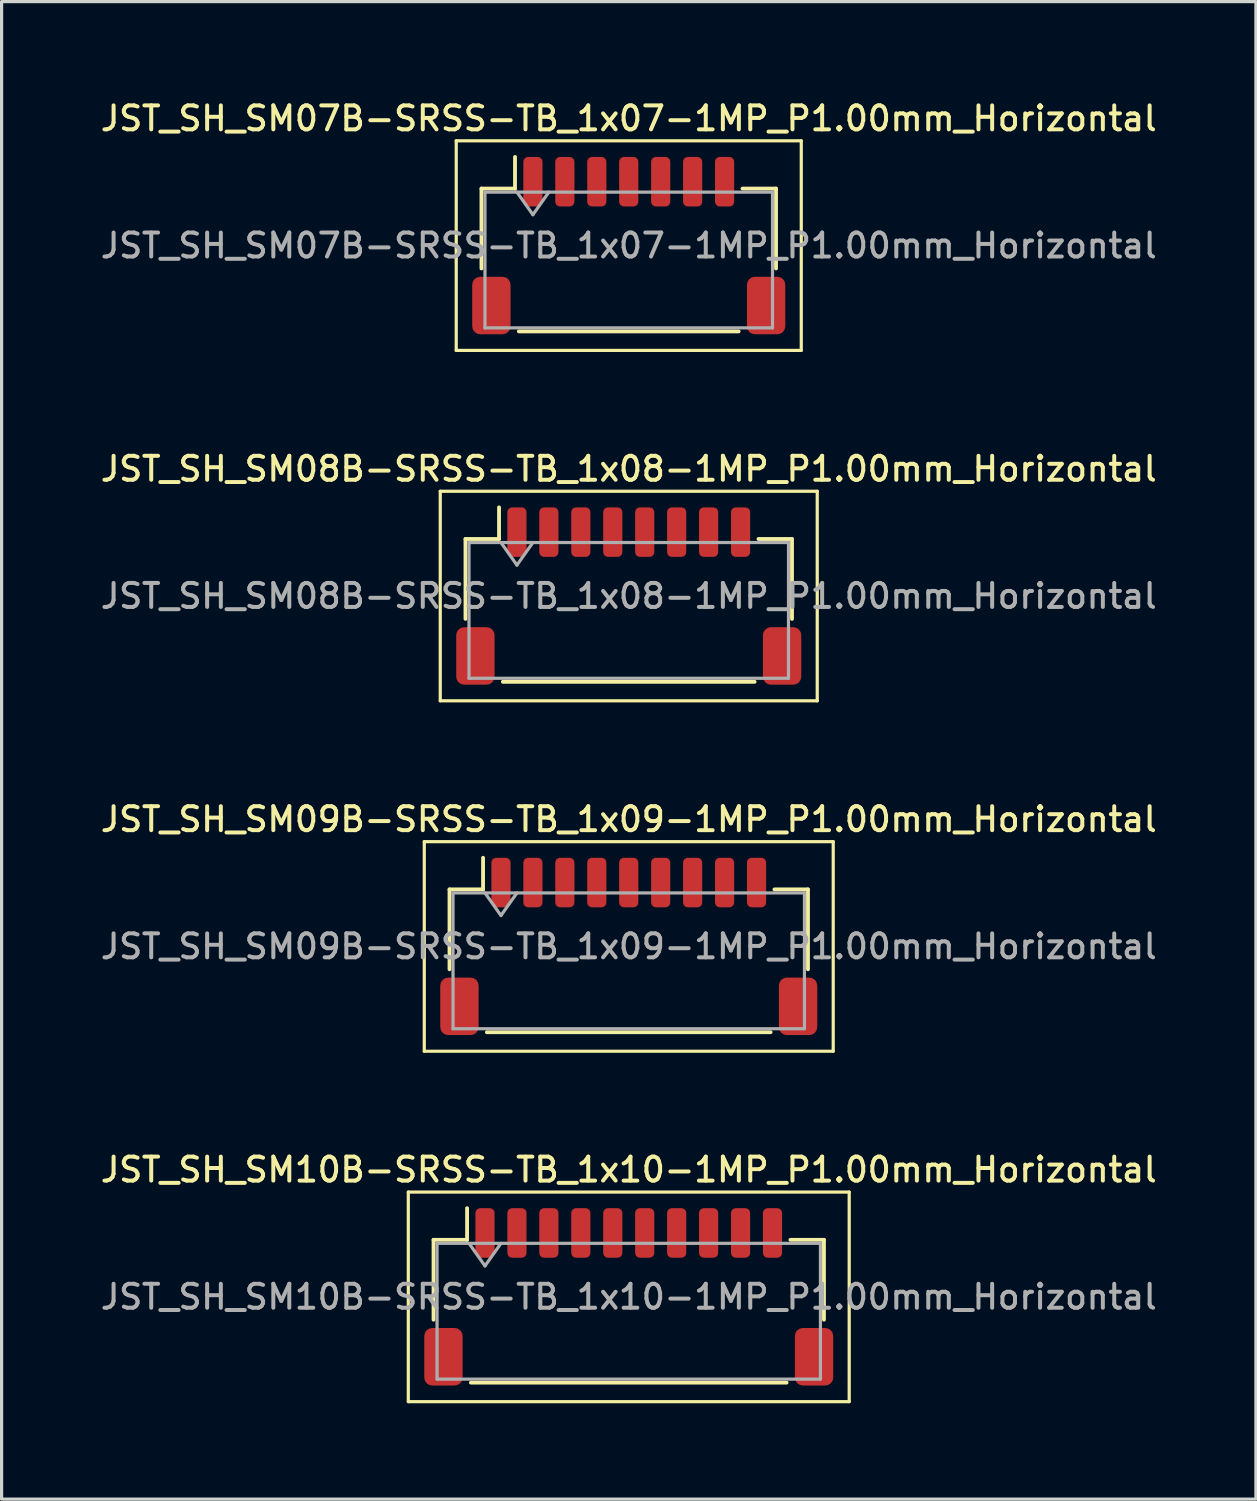
<source format=kicad_pcb>
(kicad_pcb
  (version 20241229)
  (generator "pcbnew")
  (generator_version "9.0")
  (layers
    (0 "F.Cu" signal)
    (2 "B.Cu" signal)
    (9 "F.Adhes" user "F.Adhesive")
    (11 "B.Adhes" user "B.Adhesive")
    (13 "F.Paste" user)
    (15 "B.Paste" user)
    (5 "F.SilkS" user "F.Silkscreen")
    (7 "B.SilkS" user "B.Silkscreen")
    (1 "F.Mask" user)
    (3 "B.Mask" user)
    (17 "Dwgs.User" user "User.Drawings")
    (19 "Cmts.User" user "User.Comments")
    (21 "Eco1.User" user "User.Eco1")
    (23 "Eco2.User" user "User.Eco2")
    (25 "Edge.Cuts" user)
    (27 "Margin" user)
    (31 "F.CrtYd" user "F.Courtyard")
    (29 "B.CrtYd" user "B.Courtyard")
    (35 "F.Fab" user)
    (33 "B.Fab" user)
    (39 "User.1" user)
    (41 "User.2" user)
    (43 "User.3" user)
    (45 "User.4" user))
  (footprint "JST_SH_SM08B-SRSS-TB_1x08-1MP_P1.00mm_Horizontal"
    (layer "F.Cu")
    (at 16.63 15.606)
    (property "Reference" "JST_SH_SM08B-SRSS-TB_1x08-1MP_P1.00mm_Horizontal" (at 0 -3.98 0) (layer "F.SilkS") (effects (font (size 0.75 0.75) (thickness 0.125))))
    (attr smd)
    (fp_line (start -5.9 -3.28) (end -5.9 3.28) (stroke (width 0.1) (type solid)) (layer "F.SilkS"))
    (fp_line (start -5.9 3.28) (end 5.9 3.28) (stroke (width 0.1) (type solid)) (layer "F.SilkS"))
    (fp_line (start -5.11 -1.785) (end -4.06 -1.785) (stroke (width 0.12) (type solid)) (layer "F.SilkS"))
    (fp_line (start -5.11 0.715) (end -5.11 -1.785) (stroke (width 0.12) (type solid)) (layer "F.SilkS"))
    (fp_line (start -4.06 -1.785) (end -4.06 -2.775) (stroke (width 0.12) (type solid)) (layer "F.SilkS"))
    (fp_line (start -3.94 2.685) (end 3.94 2.685) (stroke (width 0.12) (type solid)) (layer "F.SilkS"))
    (fp_line (start 5.11 -1.785) (end 4.06 -1.785) (stroke (width 0.12) (type solid)) (layer "F.SilkS"))
    (fp_line (start 5.11 0.715) (end 5.11 -1.785) (stroke (width 0.12) (type solid)) (layer "F.SilkS"))
    (fp_line (start 5.9 -3.28) (end -5.9 -3.28) (stroke (width 0.1) (type solid)) (layer "F.SilkS"))
    (fp_line (start 5.9 3.28) (end 5.9 -3.28) (stroke (width 0.1) (type solid)) (layer "F.SilkS"))
    (fp_line (start -5 -1.675) (end -5 2.575) (stroke (width 0.1) (type solid)) (layer "F.Fab"))
    (fp_line (start -5 -1.675) (end 5 -1.675) (stroke (width 0.1) (type solid)) (layer "F.Fab"))
    (fp_line (start -5 2.575) (end 5 2.575) (stroke (width 0.1) (type solid)) (layer "F.Fab"))
    (fp_line (start -4 -1.675) (end -3.5 -0.968) (stroke (width 0.1) (type solid)) (layer "F.Fab"))
    (fp_line (start -3.5 -0.968) (end -3 -1.675) (stroke (width 0.1) (type solid)) (layer "F.Fab"))
    (fp_line (start 5 -1.675) (end 5 2.575) (stroke (width 0.1) (type solid)) (layer "F.Fab"))
    (fp_text user "${REFERENCE}" (at 0 0 0) (layer "F.Fab") (effects (font (size 0.75 0.75) (thickness 0.125))))
    (pad "1" smd roundrect (at -3.5 -2) (size 0.6 1.55) (layers "F.Cu" "F.Mask" "F.Paste") (roundrect_rratio 0.25))
    (pad "2" smd roundrect (at -2.5 -2) (size 0.6 1.55) (layers "F.Cu" "F.Mask" "F.Paste") (roundrect_rratio 0.25))
    (pad "3" smd roundrect (at -1.5 -2) (size 0.6 1.55) (layers "F.Cu" "F.Mask" "F.Paste") (roundrect_rratio 0.25))
    (pad "4" smd roundrect (at -0.5 -2) (size 0.6 1.55) (layers "F.Cu" "F.Mask" "F.Paste") (roundrect_rratio 0.25))
    (pad "5" smd roundrect (at 0.5 -2) (size 0.6 1.55) (layers "F.Cu" "F.Mask" "F.Paste") (roundrect_rratio 0.25))
    (pad "6" smd roundrect (at 1.5 -2) (size 0.6 1.55) (layers "F.Cu" "F.Mask" "F.Paste") (roundrect_rratio 0.25))
    (pad "7" smd roundrect (at 2.5 -2) (size 0.6 1.55) (layers "F.Cu" "F.Mask" "F.Paste") (roundrect_rratio 0.25))
    (pad "8" smd roundrect (at 3.5 -2) (size 0.6 1.55) (layers "F.Cu" "F.Mask" "F.Paste") (roundrect_rratio 0.25))
    (pad "MP" smd roundrect (at -4.8 1.875) (size 1.2 1.8) (layers "F.Cu" "F.Mask" "F.Paste") (roundrect_rratio 0.208))
    (pad "MP" smd roundrect (at 4.8 1.875) (size 1.2 1.8) (layers "F.Cu" "F.Mask" "F.Paste") (roundrect_rratio 0.208)))
  (footprint "JST_SH_SM09B-SRSS-TB_1x09-1MP_P1.00mm_Horizontal"
    (layer "F.Cu")
    (at 16.63 26.574)
    (property "Reference" "JST_SH_SM09B-SRSS-TB_1x09-1MP_P1.00mm_Horizontal" (at 0 -3.98 0) (layer "F.SilkS") (effects (font (size 0.75 0.75) (thickness 0.125))))
    (attr smd)
    (fp_line (start -6.4 -3.28) (end -6.4 3.28) (stroke (width 0.1) (type solid)) (layer "F.SilkS"))
    (fp_line (start -6.4 3.28) (end 6.4 3.28) (stroke (width 0.1) (type solid)) (layer "F.SilkS"))
    (fp_line (start -5.61 -1.785) (end -4.56 -1.785) (stroke (width 0.12) (type solid)) (layer "F.SilkS"))
    (fp_line (start -5.61 0.715) (end -5.61 -1.785) (stroke (width 0.12) (type solid)) (layer "F.SilkS"))
    (fp_line (start -4.56 -1.785) (end -4.56 -2.775) (stroke (width 0.12) (type solid)) (layer "F.SilkS"))
    (fp_line (start -4.44 2.685) (end 4.44 2.685) (stroke (width 0.12) (type solid)) (layer "F.SilkS"))
    (fp_line (start 5.61 -1.785) (end 4.56 -1.785) (stroke (width 0.12) (type solid)) (layer "F.SilkS"))
    (fp_line (start 5.61 0.715) (end 5.61 -1.785) (stroke (width 0.12) (type solid)) (layer "F.SilkS"))
    (fp_line (start 6.4 -3.28) (end -6.4 -3.28) (stroke (width 0.1) (type solid)) (layer "F.SilkS"))
    (fp_line (start 6.4 3.28) (end 6.4 -3.28) (stroke (width 0.1) (type solid)) (layer "F.SilkS"))
    (fp_line (start -5.5 -1.675) (end -5.5 2.575) (stroke (width 0.1) (type solid)) (layer "F.Fab"))
    (fp_line (start -5.5 -1.675) (end 5.5 -1.675) (stroke (width 0.1) (type solid)) (layer "F.Fab"))
    (fp_line (start -5.5 2.575) (end 5.5 2.575) (stroke (width 0.1) (type solid)) (layer "F.Fab"))
    (fp_line (start -4.5 -1.675) (end -4 -0.968) (stroke (width 0.1) (type solid)) (layer "F.Fab"))
    (fp_line (start -4 -0.968) (end -3.5 -1.675) (stroke (width 0.1) (type solid)) (layer "F.Fab"))
    (fp_line (start 5.5 -1.675) (end 5.5 2.575) (stroke (width 0.1) (type solid)) (layer "F.Fab"))
    (fp_text user "${REFERENCE}" (at 0 0 0) (layer "F.Fab") (effects (font (size 0.75 0.75) (thickness 0.125))))
    (pad "1" smd roundrect (at -4 -2) (size 0.6 1.55) (layers "F.Cu" "F.Mask" "F.Paste") (roundrect_rratio 0.25))
    (pad "2" smd roundrect (at -3 -2) (size 0.6 1.55) (layers "F.Cu" "F.Mask" "F.Paste") (roundrect_rratio 0.25))
    (pad "3" smd roundrect (at -2 -2) (size 0.6 1.55) (layers "F.Cu" "F.Mask" "F.Paste") (roundrect_rratio 0.25))
    (pad "4" smd roundrect (at -1 -2) (size 0.6 1.55) (layers "F.Cu" "F.Mask" "F.Paste") (roundrect_rratio 0.25))
    (pad "5" smd roundrect (at 0 -2) (size 0.6 1.55) (layers "F.Cu" "F.Mask" "F.Paste") (roundrect_rratio 0.25))
    (pad "6" smd roundrect (at 1 -2) (size 0.6 1.55) (layers "F.Cu" "F.Mask" "F.Paste") (roundrect_rratio 0.25))
    (pad "7" smd roundrect (at 2 -2) (size 0.6 1.55) (layers "F.Cu" "F.Mask" "F.Paste") (roundrect_rratio 0.25))
    (pad "8" smd roundrect (at 3 -2) (size 0.6 1.55) (layers "F.Cu" "F.Mask" "F.Paste") (roundrect_rratio 0.25))
    (pad "9" smd roundrect (at 4 -2) (size 0.6 1.55) (layers "F.Cu" "F.Mask" "F.Paste") (roundrect_rratio 0.25))
    (pad "MP" smd roundrect (at -5.3 1.875) (size 1.2 1.8) (layers "F.Cu" "F.Mask" "F.Paste") (roundrect_rratio 0.208))
    (pad "MP" smd roundrect (at 5.3 1.875) (size 1.2 1.8) (layers "F.Cu" "F.Mask" "F.Paste") (roundrect_rratio 0.208)))
  (footprint "JST_SH_SM07B-SRSS-TB_1x07-1MP_P1.00mm_Horizontal"
    (layer "F.Cu")
    (at 16.63 4.638)
    (property "Reference" "JST_SH_SM07B-SRSS-TB_1x07-1MP_P1.00mm_Horizontal" (at 0 -3.98 0) (layer "F.SilkS") (effects (font (size 0.75 0.75) (thickness 0.125))))
    (attr smd)
    (fp_line (start -5.4 -3.28) (end -5.4 3.28) (stroke (width 0.1) (type solid)) (layer "F.SilkS"))
    (fp_line (start -5.4 3.28) (end 5.4 3.28) (stroke (width 0.1) (type solid)) (layer "F.SilkS"))
    (fp_line (start -4.61 -1.785) (end -3.56 -1.785) (stroke (width 0.12) (type solid)) (layer "F.SilkS"))
    (fp_line (start -4.61 0.715) (end -4.61 -1.785) (stroke (width 0.12) (type solid)) (layer "F.SilkS"))
    (fp_line (start -3.56 -1.785) (end -3.56 -2.775) (stroke (width 0.12) (type solid)) (layer "F.SilkS"))
    (fp_line (start -3.44 2.685) (end 3.44 2.685) (stroke (width 0.12) (type solid)) (layer "F.SilkS"))
    (fp_line (start 4.61 -1.785) (end 3.56 -1.785) (stroke (width 0.12) (type solid)) (layer "F.SilkS"))
    (fp_line (start 4.61 0.715) (end 4.61 -1.785) (stroke (width 0.12) (type solid)) (layer "F.SilkS"))
    (fp_line (start 5.4 -3.28) (end -5.4 -3.28) (stroke (width 0.1) (type solid)) (layer "F.SilkS"))
    (fp_line (start 5.4 3.28) (end 5.4 -3.28) (stroke (width 0.1) (type solid)) (layer "F.SilkS"))
    (fp_line (start -4.5 -1.675) (end -4.5 2.575) (stroke (width 0.1) (type solid)) (layer "F.Fab"))
    (fp_line (start -4.5 -1.675) (end 4.5 -1.675) (stroke (width 0.1) (type solid)) (layer "F.Fab"))
    (fp_line (start -4.5 2.575) (end 4.5 2.575) (stroke (width 0.1) (type solid)) (layer "F.Fab"))
    (fp_line (start -3.5 -1.675) (end -3 -0.968) (stroke (width 0.1) (type solid)) (layer "F.Fab"))
    (fp_line (start -3 -0.968) (end -2.5 -1.675) (stroke (width 0.1) (type solid)) (layer "F.Fab"))
    (fp_line (start 4.5 -1.675) (end 4.5 2.575) (stroke (width 0.1) (type solid)) (layer "F.Fab"))
    (fp_text user "${REFERENCE}" (at 0 0 0) (layer "F.Fab") (effects (font (size 0.75 0.75) (thickness 0.125))))
    (pad "1" smd roundrect (at -3 -2) (size 0.6 1.55) (layers "F.Cu" "F.Mask" "F.Paste") (roundrect_rratio 0.25))
    (pad "2" smd roundrect (at -2 -2) (size 0.6 1.55) (layers "F.Cu" "F.Mask" "F.Paste") (roundrect_rratio 0.25))
    (pad "3" smd roundrect (at -1 -2) (size 0.6 1.55) (layers "F.Cu" "F.Mask" "F.Paste") (roundrect_rratio 0.25))
    (pad "4" smd roundrect (at 0 -2) (size 0.6 1.55) (layers "F.Cu" "F.Mask" "F.Paste") (roundrect_rratio 0.25))
    (pad "5" smd roundrect (at 1 -2) (size 0.6 1.55) (layers "F.Cu" "F.Mask" "F.Paste") (roundrect_rratio 0.25))
    (pad "6" smd roundrect (at 2 -2) (size 0.6 1.55) (layers "F.Cu" "F.Mask" "F.Paste") (roundrect_rratio 0.25))
    (pad "7" smd roundrect (at 3 -2) (size 0.6 1.55) (layers "F.Cu" "F.Mask" "F.Paste") (roundrect_rratio 0.25))
    (pad "MP" smd roundrect (at -4.3 1.875) (size 1.2 1.8) (layers "F.Cu" "F.Mask" "F.Paste") (roundrect_rratio 0.208))
    (pad "MP" smd roundrect (at 4.3 1.875) (size 1.2 1.8) (layers "F.Cu" "F.Mask" "F.Paste") (roundrect_rratio 0.208)))
  (footprint "JST_SH_SM10B-SRSS-TB_1x10-1MP_P1.00mm_Horizontal"
    (layer "F.Cu")
    (at 16.63 37.542)
    (property "Reference" "JST_SH_SM10B-SRSS-TB_1x10-1MP_P1.00mm_Horizontal" (at 0 -3.98 0) (layer "F.SilkS") (effects (font (size 0.75 0.75) (thickness 0.125))))
    (attr smd)
    (fp_line (start -6.9 -3.28) (end -6.9 3.28) (stroke (width 0.1) (type solid)) (layer "F.SilkS"))
    (fp_line (start -6.9 3.28) (end 6.9 3.28) (stroke (width 0.1) (type solid)) (layer "F.SilkS"))
    (fp_line (start -6.11 -1.785) (end -5.06 -1.785) (stroke (width 0.12) (type solid)) (layer "F.SilkS"))
    (fp_line (start -6.11 0.715) (end -6.11 -1.785) (stroke (width 0.12) (type solid)) (layer "F.SilkS"))
    (fp_line (start -5.06 -1.785) (end -5.06 -2.775) (stroke (width 0.12) (type solid)) (layer "F.SilkS"))
    (fp_line (start -4.94 2.685) (end 4.94 2.685) (stroke (width 0.12) (type solid)) (layer "F.SilkS"))
    (fp_line (start 6.11 -1.785) (end 5.06 -1.785) (stroke (width 0.12) (type solid)) (layer "F.SilkS"))
    (fp_line (start 6.11 0.715) (end 6.11 -1.785) (stroke (width 0.12) (type solid)) (layer "F.SilkS"))
    (fp_line (start 6.9 -3.28) (end -6.9 -3.28) (stroke (width 0.1) (type solid)) (layer "F.SilkS"))
    (fp_line (start 6.9 3.28) (end 6.9 -3.28) (stroke (width 0.1) (type solid)) (layer "F.SilkS"))
    (fp_line (start -6 -1.675) (end -6 2.575) (stroke (width 0.1) (type solid)) (layer "F.Fab"))
    (fp_line (start -6 -1.675) (end 6 -1.675) (stroke (width 0.1) (type solid)) (layer "F.Fab"))
    (fp_line (start -6 2.575) (end 6 2.575) (stroke (width 0.1) (type solid)) (layer "F.Fab"))
    (fp_line (start -5 -1.675) (end -4.5 -0.968) (stroke (width 0.1) (type solid)) (layer "F.Fab"))
    (fp_line (start -4.5 -0.968) (end -4 -1.675) (stroke (width 0.1) (type solid)) (layer "F.Fab"))
    (fp_line (start 6 -1.675) (end 6 2.575) (stroke (width 0.1) (type solid)) (layer "F.Fab"))
    (fp_text user "${REFERENCE}" (at 0 0 0) (layer "F.Fab") (effects (font (size 0.75 0.75) (thickness 0.125))))
    (pad "1" smd roundrect (at -4.5 -2) (size 0.6 1.55) (layers "F.Cu" "F.Mask" "F.Paste") (roundrect_rratio 0.25))
    (pad "2" smd roundrect (at -3.5 -2) (size 0.6 1.55) (layers "F.Cu" "F.Mask" "F.Paste") (roundrect_rratio 0.25))
    (pad "3" smd roundrect (at -2.5 -2) (size 0.6 1.55) (layers "F.Cu" "F.Mask" "F.Paste") (roundrect_rratio 0.25))
    (pad "4" smd roundrect (at -1.5 -2) (size 0.6 1.55) (layers "F.Cu" "F.Mask" "F.Paste") (roundrect_rratio 0.25))
    (pad "5" smd roundrect (at -0.5 -2) (size 0.6 1.55) (layers "F.Cu" "F.Mask" "F.Paste") (roundrect_rratio 0.25))
    (pad "6" smd roundrect (at 0.5 -2) (size 0.6 1.55) (layers "F.Cu" "F.Mask" "F.Paste") (roundrect_rratio 0.25))
    (pad "7" smd roundrect (at 1.5 -2) (size 0.6 1.55) (layers "F.Cu" "F.Mask" "F.Paste") (roundrect_rratio 0.25))
    (pad "8" smd roundrect (at 2.5 -2) (size 0.6 1.55) (layers "F.Cu" "F.Mask" "F.Paste") (roundrect_rratio 0.25))
    (pad "9" smd roundrect (at 3.5 -2) (size 0.6 1.55) (layers "F.Cu" "F.Mask" "F.Paste") (roundrect_rratio 0.25))
    (pad "10" smd roundrect (at 4.5 -2) (size 0.6 1.55) (layers "F.Cu" "F.Mask" "F.Paste") (roundrect_rratio 0.25))
    (pad "MP" smd roundrect (at -5.8 1.875) (size 1.2 1.8) (layers "F.Cu" "F.Mask" "F.Paste") (roundrect_rratio 0.208))
    (pad "MP" smd roundrect (at 5.8 1.875) (size 1.2 1.8) (layers "F.Cu" "F.Mask" "F.Paste") (roundrect_rratio 0.208)))
  (gr_rect
    (start -3 -3)
    (end 36.261 43.873)
    (stroke (width 0.1) (type default))
    (fill no)
    (layer "Edge.Cuts")))
</source>
